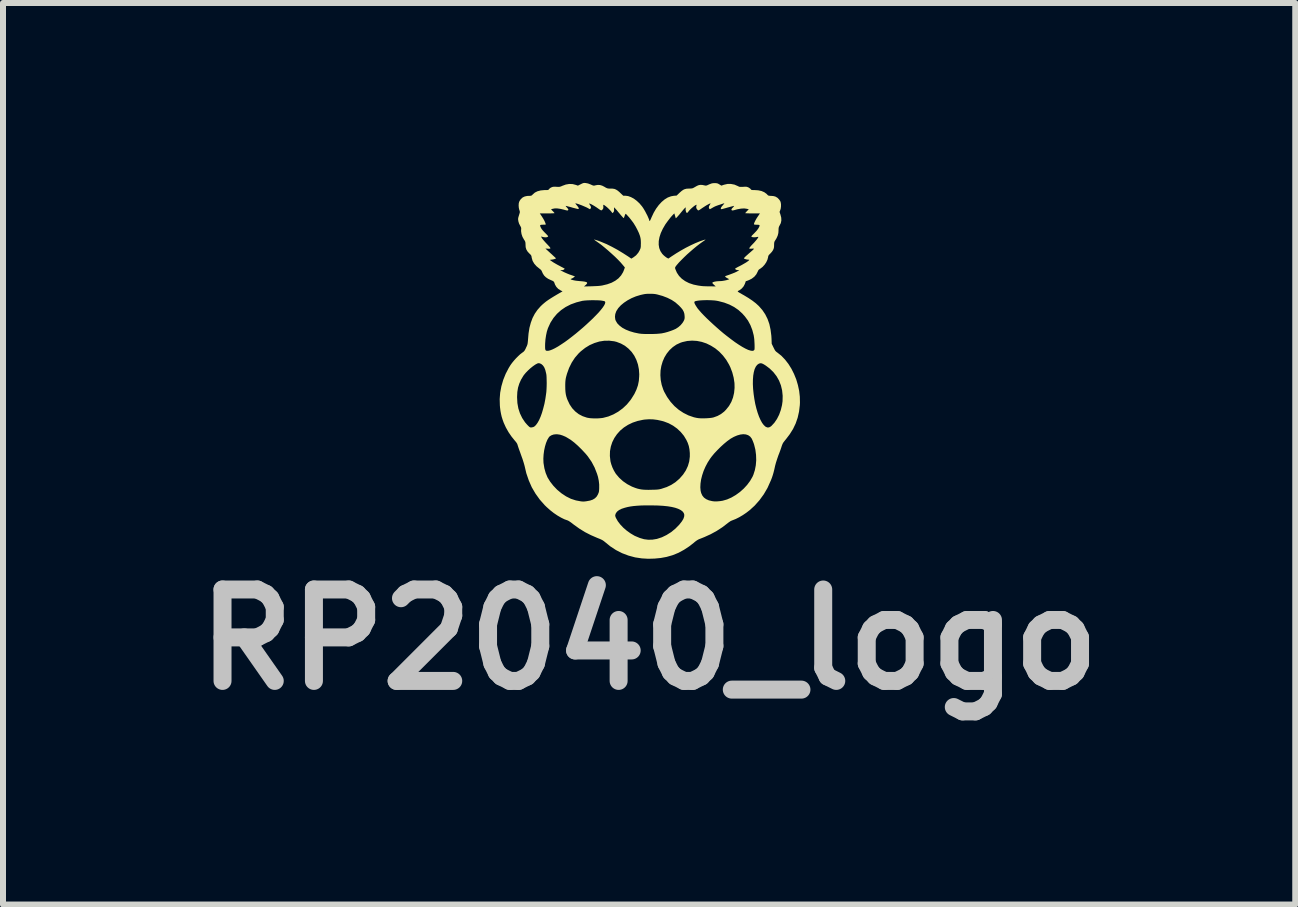
<source format=kicad_pcb>
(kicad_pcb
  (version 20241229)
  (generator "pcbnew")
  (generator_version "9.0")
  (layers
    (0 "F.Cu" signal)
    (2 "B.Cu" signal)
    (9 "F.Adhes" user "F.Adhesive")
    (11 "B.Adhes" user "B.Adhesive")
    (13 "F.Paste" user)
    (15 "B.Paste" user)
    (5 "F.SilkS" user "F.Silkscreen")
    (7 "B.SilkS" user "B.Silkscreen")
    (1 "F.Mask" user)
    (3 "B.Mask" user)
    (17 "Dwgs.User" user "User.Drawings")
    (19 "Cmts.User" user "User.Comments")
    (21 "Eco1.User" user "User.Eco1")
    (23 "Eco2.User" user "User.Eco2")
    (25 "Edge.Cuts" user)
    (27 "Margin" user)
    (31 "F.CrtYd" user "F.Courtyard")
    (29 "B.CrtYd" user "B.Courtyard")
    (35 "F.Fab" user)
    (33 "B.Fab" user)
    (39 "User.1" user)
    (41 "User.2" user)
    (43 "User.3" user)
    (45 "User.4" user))
  (footprint "RP2040_logo"
    (layer "F.Cu")
    (at 7.782 3.243)
    (property "Reference" "RP2040_logo" (at -0.01 4.37 0) (layer "Dwgs.User") (effects (font (size 1.524 1.524) (thickness 0.3))))
    (attr board_only exclude_from_pos_files exclude_from_bom)
    (fp_poly (pts (xy -1.074 -3.242) (xy -1.069 -3.242) (xy -1.028 -3.234) (xy -0.984 -3.217) (xy -0.96 -3.206) (xy -0.944 -3.2) (xy -0.932 -3.198) (xy -0.92 -3.199) (xy -0.903 -3.203) (xy -0.902 -3.204) (xy -0.864 -3.21) (xy -0.828 -3.208) (xy -0.791 -3.197) (xy -0.754 -3.178) (xy -0.731 -3.164) (xy -0.713 -3.156) (xy -0.697 -3.151) (xy -0.679 -3.149) (xy -0.655 -3.149) (xy -0.618 -3.148) (xy -0.588 -3.143) (xy -0.561 -3.132) (xy -0.534 -3.115) (xy -0.504 -3.09) (xy -0.493 -3.079) (xy -0.441 -3.03) (xy -0.406 -3.03) (xy -0.36 -3.024) (xy -0.313 -3.007) (xy -0.264 -2.981) (xy -0.216 -2.945) (xy -0.17 -2.902) (xy -0.128 -2.852) (xy -0.109 -2.825) (xy -0.093 -2.799) (xy -0.075 -2.768) (xy -0.057 -2.733) (xy -0.039 -2.699) (xy -0.025 -2.667) (xy -0.014 -2.641) (xy -0.009 -2.626) (xy -0.005 -2.613) (xy -0.000443 -2.607) (xy 0.004 -2.611) (xy 0.011 -2.625) (xy 0.021 -2.646) (xy 0.03 -2.668) (xy 0.066 -2.745) (xy 0.106 -2.813) (xy 0.151 -2.874) (xy 0.199 -2.926) (xy 0.249 -2.968) (xy 0.301 -3) (xy 0.355 -3.02) (xy 0.403 -3.029) (xy 0.449 -3.032) (xy 0.499 -3.08) (xy 0.531 -3.108) (xy 0.559 -3.128) (xy 0.586 -3.14) (xy 0.616 -3.147) (xy 0.653 -3.149) (xy 0.661 -3.149) (xy 0.687 -3.15) (xy 0.706 -3.152) (xy 0.722 -3.157) (xy 0.741 -3.167) (xy 0.753 -3.174) (xy 0.79 -3.195) (xy 0.82 -3.207) (xy 0.849 -3.211) (xy 0.88 -3.209) (xy 0.908 -3.203) (xy 0.924 -3.2) (xy 0.937 -3.198) (xy 0.95 -3.201) (xy 0.966 -3.207) (xy 0.989 -3.218) (xy 1.017 -3.229) (xy 1.038 -3.236) (xy 1.06 -3.239) (xy 1.083 -3.24) (xy 1.108 -3.239) (xy 1.127 -3.236) (xy 1.144 -3.229) (xy 1.161 -3.219) (xy 1.195 -3.198) (xy 1.239 -3.213) (xy 1.296 -3.226) (xy 1.355 -3.226) (xy 1.413 -3.215) (xy 1.469 -3.191) (xy 1.473 -3.189) (xy 1.487 -3.182) (xy 1.5 -3.178) (xy 1.515 -3.177) (xy 1.537 -3.177) (xy 1.559 -3.178) (xy 1.588 -3.18) (xy 1.608 -3.18) (xy 1.623 -3.177) (xy 1.637 -3.172) (xy 1.645 -3.169) (xy 1.664 -3.157) (xy 1.68 -3.145) (xy 1.684 -3.139) (xy 1.69 -3.132) (xy 1.697 -3.127) (xy 1.709 -3.125) (xy 1.729 -3.124) (xy 1.747 -3.124) (xy 1.81 -3.12) (xy 1.865 -3.108) (xy 1.911 -3.088) (xy 1.948 -3.061) (xy 1.954 -3.055) (xy 1.966 -3.042) (xy 1.976 -3.034) (xy 1.988 -3.03) (xy 2.006 -3.028) (xy 2.026 -3.027) (xy 2.064 -3.024) (xy 2.094 -3.016) (xy 2.104 -3.011) (xy 2.132 -2.994) (xy 2.156 -2.969) (xy 2.175 -2.943) (xy 2.183 -2.924) (xy 2.189 -2.89) (xy 2.189 -2.851) (xy 2.184 -2.813) (xy 2.177 -2.791) (xy 2.165 -2.76) (xy 2.18 -2.715) (xy 2.193 -2.664) (xy 2.195 -2.617) (xy 2.186 -2.573) (xy 2.165 -2.532) (xy 2.165 -2.531) (xy 2.157 -2.517) (xy 2.152 -2.502) (xy 2.149 -2.484) (xy 2.148 -2.458) (xy 2.148 -2.453) (xy 2.145 -2.408) (xy 2.134 -2.365) (xy 2.115 -2.322) (xy 2.095 -2.289) (xy 2.084 -2.272) (xy 2.078 -2.257) (xy 2.075 -2.24) (xy 2.074 -2.216) (xy 2.074 -2.206) (xy 2.073 -2.178) (xy 2.07 -2.158) (xy 2.064 -2.14) (xy 2.055 -2.121) (xy 2.039 -2.097) (xy 2.018 -2.073) (xy 2.007 -2.062) (xy 1.99 -2.045) (xy 1.98 -2.031) (xy 1.975 -2.015) (xy 1.974 -2.004) (xy 1.963 -1.963) (xy 1.943 -1.92) (xy 1.915 -1.879) (xy 1.882 -1.843) (xy 1.846 -1.815) (xy 1.837 -1.81) (xy 1.818 -1.796) (xy 1.805 -1.776) (xy 1.803 -1.769) (xy 1.778 -1.72) (xy 1.745 -1.68) (xy 1.702 -1.647) (xy 1.659 -1.625) (xy 1.637 -1.616) (xy 1.618 -1.609) (xy 1.607 -1.606) (xy 1.606 -1.606) (xy 1.6 -1.602) (xy 1.6 -1.6) (xy 1.598 -1.591) (xy 1.592 -1.575) (xy 1.586 -1.558) (xy 1.565 -1.518) (xy 1.535 -1.483) (xy 1.499 -1.456) (xy 1.491 -1.451) (xy 1.48 -1.446) (xy 1.471 -1.441) (xy 1.468 -1.437) (xy 1.469 -1.432) (xy 1.477 -1.425) (xy 1.492 -1.415) (xy 1.516 -1.402) (xy 1.548 -1.383) (xy 1.568 -1.372) (xy 1.646 -1.325) (xy 1.713 -1.28) (xy 1.77 -1.236) (xy 1.818 -1.192) (xy 1.821 -1.189) (xy 1.878 -1.124) (xy 1.926 -1.053) (xy 1.965 -0.975) (xy 1.995 -0.89) (xy 2.015 -0.797) (xy 2.028 -0.696) (xy 2.031 -0.649) (xy 2.034 -0.562) (xy 2.064 -0.5) (xy 2.078 -0.472) (xy 2.089 -0.452) (xy 2.1 -0.438) (xy 2.113 -0.426) (xy 2.131 -0.413) (xy 2.196 -0.361) (xy 2.257 -0.297) (xy 2.313 -0.225) (xy 2.363 -0.145) (xy 2.406 -0.059) (xy 2.443 0.032) (xy 2.471 0.127) (xy 2.492 0.224) (xy 2.503 0.321) (xy 2.505 0.418) (xy 2.503 0.461) (xy 2.49 0.569) (xy 2.467 0.671) (xy 2.434 0.767) (xy 2.39 0.859) (xy 2.334 0.948) (xy 2.267 1.036) (xy 2.266 1.036) (xy 2.244 1.064) (xy 2.228 1.085) (xy 2.217 1.104) (xy 2.209 1.123) (xy 2.202 1.142) (xy 2.195 1.164) (xy 2.185 1.194) (xy 2.172 1.23) (xy 2.158 1.268) (xy 2.147 1.295) (xy 2.125 1.359) (xy 2.105 1.421) (xy 2.09 1.477) (xy 2.088 1.487) (xy 2.076 1.541) (xy 2.064 1.588) (xy 2.052 1.629) (xy 2.038 1.671) (xy 2.021 1.715) (xy 2.015 1.728) (xy 1.964 1.842) (xy 1.902 1.948) (xy 1.83 2.047) (xy 1.75 2.137) (xy 1.669 2.211) (xy 1.612 2.255) (xy 1.553 2.295) (xy 1.492 2.331) (xy 1.434 2.36) (xy 1.381 2.381) (xy 1.38 2.381) (xy 1.35 2.394) (xy 1.316 2.417) (xy 1.302 2.428) (xy 1.209 2.499) (xy 1.115 2.56) (xy 1.016 2.614) (xy 0.91 2.662) (xy 0.85 2.686) (xy 0.821 2.697) (xy 0.797 2.71) (xy 0.774 2.725) (xy 0.747 2.746) (xy 0.74 2.753) (xy 0.658 2.817) (xy 0.571 2.874) (xy 0.481 2.923) (xy 0.391 2.96) (xy 0.373 2.966) (xy 0.282 2.992) (xy 0.184 3.01) (xy 0.081 3.02) (xy -0.024 3.023) (xy -0.127 3.017) (xy -0.129 3.017) (xy -0.243 3) (xy -0.354 2.97) (xy -0.46 2.93) (xy -0.562 2.878) (xy -0.658 2.815) (xy -0.728 2.758) (xy -0.75 2.74) (xy -0.768 2.726) (xy -0.786 2.714) (xy -0.807 2.703) (xy -0.834 2.691) (xy -0.869 2.677) (xy -0.872 2.676) (xy -0.98 2.629) (xy -1.078 2.579) (xy -1.172 2.521) (xy -1.263 2.456) (xy -1.286 2.438) (xy -1.312 2.418) (xy -1.337 2.401) (xy -1.357 2.389) (xy -1.37 2.383) (xy -1.421 2.365) (xy -1.478 2.337) (xy -1.538 2.302) (xy -1.544 2.298) (xy -0.575 2.298) (xy -0.574 2.311) (xy -0.569 2.328) (xy -0.563 2.342) (xy -0.532 2.397) (xy -0.49 2.452) (xy -0.44 2.505) (xy -0.382 2.555) (xy -0.319 2.6) (xy -0.253 2.639) (xy -0.242 2.644) (xy -0.166 2.676) (xy -0.094 2.697) (xy -0.023 2.706) (xy 0.048 2.704) (xy 0.12 2.692) (xy 0.123 2.691) (xy 0.203 2.665) (xy 0.281 2.627) (xy 0.357 2.579) (xy 0.427 2.522) (xy 0.49 2.458) (xy 0.5 2.446) (xy 0.536 2.4) (xy 0.561 2.359) (xy 0.574 2.322) (xy 0.577 2.29) (xy 0.568 2.261) (xy 0.549 2.235) (xy 0.519 2.212) (xy 0.516 2.211) (xy 0.475 2.19) (xy 0.426 2.173) (xy 0.367 2.159) (xy 0.299 2.148) (xy 0.221 2.14) (xy 0.132 2.135) (xy 0.031 2.133) (xy 0.003 2.133) (xy -0.079 2.133) (xy -0.15 2.135) (xy -0.213 2.139) (xy -0.269 2.144) (xy -0.32 2.151) (xy -0.367 2.16) (xy -0.414 2.172) (xy -0.414 2.172) (xy -0.469 2.19) (xy -0.511 2.211) (xy -0.543 2.236) (xy -0.564 2.264) (xy -0.571 2.283) (xy -0.575 2.298) (xy -1.544 2.298) (xy -1.6 2.26) (xy -1.661 2.212) (xy -1.719 2.16) (xy -1.751 2.129) (xy -1.833 2.036) (xy -1.904 1.937) (xy -1.966 1.831) (xy -2.016 1.717) (xy -2.057 1.597) (xy -2.086 1.474) (xy -2.092 1.452) (xy -2.101 1.421) (xy -2.113 1.383) (xy -2.123 1.352) (xy -1.773 1.352) (xy -1.771 1.417) (xy -1.77 1.428) (xy -1.756 1.514) (xy -1.734 1.593) (xy -1.703 1.667) (xy -1.66 1.737) (xy -1.607 1.805) (xy -1.544 1.871) (xy -1.471 1.932) (xy -1.394 1.983) (xy -1.314 2.023) (xy -1.231 2.05) (xy -1.146 2.066) (xy -1.112 2.069) (xy -1.1 2.069) (xy -1.079 2.067) (xy -1.054 2.064) (xy -1.05 2.063) (xy -0.995 2.053) (xy -0.949 2.037) (xy -0.913 2.015) (xy -0.885 1.987) (xy -0.865 1.954) (xy -0.856 1.933) (xy -0.849 1.915) (xy -0.845 1.895) (xy -0.843 1.869) (xy -0.842 1.848) (xy -0.842 1.784) (xy -0.849 1.722) (xy -0.862 1.658) (xy -0.878 1.606) (xy -0.918 1.503) (xy -0.968 1.408) (xy -1.028 1.321) (xy -1.037 1.309) (xy -0.664 1.309) (xy -0.655 1.391) (xy -0.653 1.403) (xy -0.64 1.45) (xy -0.621 1.502) (xy -0.597 1.552) (xy -0.571 1.596) (xy -0.563 1.608) (xy -0.509 1.672) (xy -0.445 1.73) (xy -0.374 1.779) (xy -0.296 1.82) (xy -0.242 1.841) (xy -0.206 1.853) (xy -0.173 1.861) (xy -0.141 1.867) (xy -0.106 1.871) (xy -0.067 1.873) (xy -0.019 1.874) (xy 0.019 1.873) (xy 0.065 1.872) (xy 0.101 1.871) (xy 0.129 1.869) (xy 0.153 1.866) (xy 0.174 1.862) (xy 0.194 1.857) (xy 0.269 1.832) (xy 0.844 1.832) (xy 0.849 1.89) (xy 0.859 1.929) (xy 0.878 1.97) (xy 0.905 2.003) (xy 0.941 2.029) (xy 0.986 2.049) (xy 1.042 2.062) (xy 1.048 2.063) (xy 1.083 2.067) (xy 1.127 2.066) (xy 1.173 2.062) (xy 1.217 2.055) (xy 1.29 2.034) (xy 1.363 2.002) (xy 1.435 1.96) (xy 1.504 1.91) (xy 1.568 1.853) (xy 1.625 1.791) (xy 1.674 1.725) (xy 1.714 1.656) (xy 1.729 1.622) (xy 1.753 1.547) (xy 1.769 1.465) (xy 1.776 1.379) (xy 1.773 1.291) (xy 1.762 1.204) (xy 1.741 1.12) (xy 1.737 1.107) (xy 1.726 1.077) (xy 1.714 1.048) (xy 1.703 1.024) (xy 1.7 1.018) (xy 1.675 0.986) (xy 1.642 0.963) (xy 1.604 0.95) (xy 1.559 0.946) (xy 1.51 0.952) (xy 1.458 0.967) (xy 1.402 0.991) (xy 1.344 1.024) (xy 1.341 1.027) (xy 1.291 1.063) (xy 1.238 1.107) (xy 1.183 1.157) (xy 1.129 1.211) (xy 1.078 1.265) (xy 1.034 1.318) (xy 1.009 1.352) (xy 0.967 1.417) (xy 0.93 1.487) (xy 0.899 1.558) (xy 0.875 1.63) (xy 0.857 1.701) (xy 0.847 1.769) (xy 0.844 1.832) (xy 0.269 1.832) (xy 0.28 1.829) (xy 0.358 1.792) (xy 0.428 1.747) (xy 0.493 1.691) (xy 0.499 1.685) (xy 0.557 1.619) (xy 0.603 1.549) (xy 0.637 1.476) (xy 0.659 1.4) (xy 0.669 1.32) (xy 0.669 1.261) (xy 0.663 1.198) (xy 0.652 1.143) (xy 0.634 1.09) (xy 0.611 1.041) (xy 0.57 0.973) (xy 0.518 0.91) (xy 0.458 0.853) (xy 0.39 0.804) (xy 0.316 0.764) (xy 0.237 0.734) (xy 0.205 0.725) (xy 0.128 0.708) (xy 0.058 0.699) (xy -0.011 0.697) (xy -0.082 0.702) (xy -0.111 0.706) (xy -0.2 0.725) (xy -0.284 0.753) (xy -0.361 0.79) (xy -0.43 0.834) (xy -0.492 0.886) (xy -0.545 0.945) (xy -0.589 1.009) (xy -0.624 1.079) (xy -0.648 1.152) (xy -0.662 1.229) (xy -0.664 1.309) (xy -1.037 1.309) (xy -1.066 1.274) (xy -1.134 1.201) (xy -1.198 1.138) (xy -1.258 1.085) (xy -1.317 1.04) (xy -1.374 1.005) (xy -1.402 0.989) (xy -1.451 0.968) (xy -1.495 0.954) (xy -1.537 0.948) (xy -1.558 0.947) (xy -1.6 0.951) (xy -1.636 0.963) (xy -1.666 0.981) (xy -1.68 0.996) (xy -1.706 1.039) (xy -1.728 1.092) (xy -1.746 1.152) (xy -1.76 1.217) (xy -1.769 1.285) (xy -1.773 1.352) (xy -2.123 1.352) (xy -2.127 1.342) (xy -2.142 1.3) (xy -2.146 1.289) (xy -2.16 1.249) (xy -2.174 1.211) (xy -2.186 1.177) (xy -2.195 1.15) (xy -2.201 1.131) (xy -2.202 1.127) (xy -2.209 1.107) (xy -2.222 1.086) (xy -2.241 1.062) (xy -2.25 1.052) (xy -2.304 0.985) (xy -2.354 0.912) (xy -2.398 0.834) (xy -2.434 0.755) (xy -2.452 0.705) (xy -2.468 0.654) (xy -2.479 0.606) (xy -2.488 0.557) (xy -2.495 0.502) (xy -2.498 0.469) (xy -2.501 0.363) (xy -2.499 0.332) (xy -2.211 0.332) (xy -2.206 0.427) (xy -2.19 0.516) (xy -2.163 0.599) (xy -2.126 0.676) (xy -2.079 0.747) (xy -2.046 0.785) (xy -2.025 0.807) (xy -2.01 0.821) (xy -1.999 0.829) (xy -1.989 0.833) (xy -1.977 0.834) (xy -1.974 0.834) (xy -1.943 0.828) (xy -1.924 0.819) (xy -1.897 0.794) (xy -1.87 0.757) (xy -1.844 0.711) (xy -1.819 0.654) (xy -1.796 0.59) (xy -1.775 0.517) (xy -1.755 0.439) (xy -1.739 0.355) (xy -1.728 0.279) (xy -1.723 0.241) (xy -1.72 0.195) (xy -1.718 0.147) (xy -1.408 0.147) (xy -1.407 0.199) (xy -1.404 0.242) (xy -1.399 0.279) (xy -1.391 0.314) (xy -1.38 0.35) (xy -1.37 0.375) (xy -1.335 0.449) (xy -1.292 0.513) (xy -1.241 0.567) (xy -1.183 0.612) (xy -1.118 0.646) (xy -1.047 0.67) (xy -1.032 0.673) (xy -0.996 0.679) (xy -0.952 0.682) (xy -0.903 0.683) (xy -0.854 0.682) (xy -0.809 0.678) (xy -0.778 0.674) (xy -0.69 0.651) (xy -0.605 0.616) (xy -0.525 0.571) (xy -0.449 0.515) (xy -0.381 0.451) (xy -0.32 0.377) (xy -0.301 0.349) (xy -0.255 0.275) (xy -0.221 0.203) (xy -0.196 0.131) (xy -0.181 0.057) (xy -0.175 -0.022) (xy -0.175 -0.037) (xy 0.178 -0.037) (xy 0.184 0.043) (xy 0.2 0.124) (xy 0.226 0.202) (xy 0.241 0.237) (xy 0.29 0.325) (xy 0.347 0.405) (xy 0.412 0.477) (xy 0.484 0.539) (xy 0.563 0.591) (xy 0.647 0.633) (xy 0.737 0.664) (xy 0.782 0.674) (xy 0.816 0.679) (xy 0.858 0.682) (xy 0.905 0.682) (xy 0.953 0.68) (xy 0.998 0.677) (xy 1.038 0.672) (xy 1.065 0.666) (xy 1.131 0.642) (xy 1.189 0.61) (xy 1.242 0.569) (xy 1.273 0.537) (xy 1.322 0.476) (xy 1.361 0.408) (xy 1.389 0.335) (xy 1.407 0.257) (xy 1.415 0.175) (xy 1.414 0.11) (xy 1.72 0.11) (xy 1.724 0.191) (xy 1.733 0.278) (xy 1.745 0.36) (xy 1.76 0.442) (xy 1.779 0.519) (xy 1.8 0.59) (xy 1.823 0.654) (xy 1.848 0.71) (xy 1.874 0.757) (xy 1.901 0.793) (xy 1.929 0.819) (xy 1.935 0.823) (xy 1.962 0.834) (xy 1.989 0.833) (xy 2.016 0.819) (xy 2.029 0.809) (xy 2.079 0.755) (xy 2.122 0.692) (xy 2.158 0.621) (xy 2.186 0.543) (xy 2.206 0.461) (xy 2.215 0.397) (xy 2.217 0.306) (xy 2.208 0.217) (xy 2.188 0.133) (xy 2.157 0.053) (xy 2.115 -0.021) (xy 2.062 -0.089) (xy 2 -0.149) (xy 1.938 -0.196) (xy 1.905 -0.217) (xy 1.88 -0.23) (xy 1.86 -0.236) (xy 1.841 -0.236) (xy 1.823 -0.231) (xy 1.819 -0.229) (xy 1.792 -0.21) (xy 1.769 -0.18) (xy 1.75 -0.14) (xy 1.736 -0.09) (xy 1.726 -0.031) (xy 1.721 0.036) (xy 1.72 0.11) (xy 1.414 0.11) (xy 1.413 0.09) (xy 1.4 0.004) (xy 1.377 -0.084) (xy 1.344 -0.171) (xy 1.323 -0.214) (xy 1.276 -0.294) (xy 1.221 -0.366) (xy 1.16 -0.43) (xy 1.093 -0.485) (xy 1.021 -0.53) (xy 0.946 -0.567) (xy 0.868 -0.593) (xy 0.788 -0.609) (xy 0.707 -0.614) (xy 0.626 -0.608) (xy 0.546 -0.59) (xy 0.513 -0.579) (xy 0.446 -0.548) (xy 0.385 -0.506) (xy 0.331 -0.456) (xy 0.285 -0.399) (xy 0.246 -0.335) (xy 0.216 -0.266) (xy 0.194 -0.192) (xy 0.181 -0.116) (xy 0.178 -0.037) (xy -0.175 -0.037) (xy -0.174 -0.05) (xy -0.18 -0.136) (xy -0.196 -0.217) (xy -0.222 -0.293) (xy -0.257 -0.363) (xy -0.301 -0.426) (xy -0.354 -0.481) (xy -0.413 -0.528) (xy -0.479 -0.565) (xy -0.552 -0.593) (xy -0.592 -0.603) (xy -0.674 -0.613) (xy -0.757 -0.612) (xy -0.84 -0.599) (xy -0.921 -0.574) (xy -1.001 -0.539) (xy -1.076 -0.493) (xy -1.148 -0.436) (xy -1.184 -0.402) (xy -1.247 -0.329) (xy -1.3 -0.248) (xy -1.344 -0.159) (xy -1.379 -0.062) (xy -1.391 -0.019) (xy -1.398 0.009) (xy -1.402 0.033) (xy -1.405 0.057) (xy -1.407 0.085) (xy -1.408 0.119) (xy -1.408 0.147) (xy -1.718 0.147) (xy -1.718 0.146) (xy -1.717 0.096) (xy -1.718 0.048) (xy -1.719 0.004) (xy -1.721 -0.032) (xy -1.724 -0.056) (xy -1.731 -0.086) (xy -1.739 -0.119) (xy -1.745 -0.137) (xy -1.76 -0.172) (xy -1.781 -0.201) (xy -1.805 -0.222) (xy -1.831 -0.235) (xy -1.856 -0.238) (xy -1.873 -0.233) (xy -1.908 -0.214) (xy -1.948 -0.186) (xy -1.989 -0.153) (xy -2.029 -0.116) (xy -2.066 -0.078) (xy -2.096 -0.042) (xy -2.106 -0.028) (xy -2.145 0.037) (xy -2.174 0.102) (xy -2.195 0.169) (xy -2.207 0.242) (xy -2.211 0.323) (xy -2.211 0.332) (xy -2.499 0.332) (xy -2.493 0.255) (xy -2.473 0.148) (xy -2.442 0.041) (xy -2.401 -0.061) (xy -2.35 -0.159) (xy -2.321 -0.206) (xy -2.295 -0.242) (xy -2.263 -0.281) (xy -2.229 -0.319) (xy -2.193 -0.355) (xy -2.16 -0.386) (xy -2.13 -0.409) (xy -2.128 -0.411) (xy -2.11 -0.423) (xy -2.097 -0.435) (xy -2.086 -0.448) (xy -2.075 -0.467) (xy -2.062 -0.494) (xy -2.062 -0.496) (xy -2.049 -0.522) (xy -2.042 -0.541) (xy -1.744 -0.541) (xy -1.744 -0.505) (xy -1.743 -0.48) (xy -1.74 -0.464) (xy -1.735 -0.453) (xy -1.728 -0.448) (xy -1.717 -0.444) (xy -1.716 -0.444) (xy -1.694 -0.444) (xy -1.663 -0.451) (xy -1.626 -0.465) (xy -1.584 -0.485) (xy -1.577 -0.489) (xy -1.527 -0.517) (xy -1.473 -0.552) (xy -1.416 -0.59) (xy -1.357 -0.633) (xy -1.296 -0.68) (xy -1.234 -0.729) (xy -1.173 -0.78) (xy -1.113 -0.831) (xy -1.054 -0.884) (xy -0.998 -0.936) (xy -0.945 -0.986) (xy -0.92 -1.012) (xy -0.579 -1.012) (xy -0.574 -0.968) (xy -0.566 -0.946) (xy -0.541 -0.903) (xy -0.504 -0.865) (xy -0.457 -0.829) (xy -0.4 -0.798) (xy -0.333 -0.771) (xy -0.259 -0.749) (xy -0.177 -0.732) (xy -0.167 -0.731) (xy -0.133 -0.727) (xy -0.09 -0.725) (xy -0.04 -0.724) (xy 0.013 -0.724) (xy 0.067 -0.725) (xy 0.118 -0.727) (xy 0.164 -0.731) (xy 0.201 -0.735) (xy 0.21 -0.737) (xy 0.253 -0.746) (xy 0.3 -0.759) (xy 0.348 -0.775) (xy 0.391 -0.791) (xy 0.427 -0.807) (xy 0.434 -0.81) (xy 0.477 -0.838) (xy 0.516 -0.872) (xy 0.547 -0.909) (xy 0.565 -0.938) (xy 0.576 -0.961) (xy 0.581 -0.979) (xy 0.583 -0.999) (xy 0.582 -1.024) (xy 0.578 -1.061) (xy 0.568 -1.094) (xy 0.551 -1.127) (xy 0.525 -1.16) (xy 0.49 -1.197) (xy 0.489 -1.198) (xy 0.431 -1.249) (xy 0.426 -1.253) (xy 0.744 -1.253) (xy 0.749 -1.233) (xy 0.763 -1.206) (xy 0.784 -1.173) (xy 0.801 -1.148) (xy 0.828 -1.116) (xy 0.862 -1.077) (xy 0.904 -1.033) (xy 0.952 -0.985) (xy 1.005 -0.935) (xy 1.06 -0.884) (xy 1.118 -0.832) (xy 1.175 -0.782) (xy 1.232 -0.734) (xy 1.28 -0.696) (xy 1.354 -0.639) (xy 1.423 -0.588) (xy 1.487 -0.545) (xy 1.545 -0.509) (xy 1.596 -0.481) (xy 1.641 -0.46) (xy 1.679 -0.448) (xy 1.709 -0.443) (xy 1.731 -0.447) (xy 1.745 -0.46) (xy 1.745 -0.46) (xy 1.748 -0.472) (xy 1.749 -0.495) (xy 1.749 -0.524) (xy 1.748 -0.559) (xy 1.746 -0.596) (xy 1.744 -0.632) (xy 1.74 -0.666) (xy 1.735 -0.695) (xy 1.735 -0.699) (xy 1.711 -0.791) (xy 1.679 -0.873) (xy 1.638 -0.949) (xy 1.586 -1.019) (xy 1.543 -1.067) (xy 1.479 -1.125) (xy 1.408 -1.174) (xy 1.329 -1.215) (xy 1.242 -1.248) (xy 1.146 -1.273) (xy 1.12 -1.278) (xy 1.086 -1.283) (xy 1.045 -1.286) (xy 1.001 -1.288) (xy 0.955 -1.289) (xy 0.909 -1.288) (xy 0.865 -1.286) (xy 0.825 -1.283) (xy 0.791 -1.278) (xy 0.765 -1.273) (xy 0.75 -1.266) (xy 0.747 -1.264) (xy 0.744 -1.253) (xy 0.426 -1.253) (xy 0.367 -1.292) (xy 0.295 -1.328) (xy 0.214 -1.359) (xy 0.16 -1.374) (xy 0.124 -1.384) (xy 0.094 -1.39) (xy 0.066 -1.393) (xy 0.033 -1.395) (xy 0.006 -1.395) (xy -0.029 -1.395) (xy -0.058 -1.393) (xy -0.085 -1.39) (xy -0.114 -1.384) (xy -0.15 -1.376) (xy -0.154 -1.375) (xy -0.23 -1.352) (xy -0.302 -1.322) (xy -0.369 -1.286) (xy -0.429 -1.246) (xy -0.481 -1.203) (xy -0.524 -1.156) (xy -0.555 -1.108) (xy -0.558 -1.102) (xy -0.574 -1.057) (xy -0.579 -1.012) (xy -0.92 -1.012) (xy -0.897 -1.035) (xy -0.853 -1.081) (xy -0.816 -1.124) (xy -0.785 -1.163) (xy -0.762 -1.197) (xy -0.747 -1.225) (xy -0.741 -1.247) (xy -0.741 -1.251) (xy -0.743 -1.261) (xy -0.748 -1.268) (xy -0.759 -1.273) (xy -0.778 -1.277) (xy -0.784 -1.278) (xy -0.814 -1.283) (xy -0.854 -1.286) (xy -0.899 -1.287) (xy -0.949 -1.288) (xy -0.998 -1.287) (xy -1.045 -1.285) (xy -1.085 -1.282) (xy -1.117 -1.278) (xy -1.12 -1.278) (xy -1.222 -1.252) (xy -1.316 -1.218) (xy -1.402 -1.174) (xy -1.478 -1.122) (xy -1.546 -1.061) (xy -1.604 -0.992) (xy -1.654 -0.914) (xy -1.694 -0.827) (xy -1.698 -0.817) (xy -1.715 -0.763) (xy -1.728 -0.701) (xy -1.738 -0.635) (xy -1.743 -0.57) (xy -1.744 -0.541) (xy -2.042 -0.541) (xy -2.041 -0.543) (xy -2.036 -0.562) (xy -2.033 -0.584) (xy -2.03 -0.612) (xy -2.029 -0.627) (xy -2.02 -0.732) (xy -2.005 -0.827) (xy -1.982 -0.913) (xy -1.953 -0.991) (xy -1.916 -1.062) (xy -1.871 -1.127) (xy -1.819 -1.186) (xy -1.791 -1.213) (xy -1.761 -1.239) (xy -1.729 -1.265) (xy -1.691 -1.292) (xy -1.648 -1.32) (xy -1.598 -1.351) (xy -1.539 -1.386) (xy -1.487 -1.416) (xy -1.453 -1.435) (xy -1.484 -1.451) (xy -1.525 -1.477) (xy -1.555 -1.508) (xy -1.578 -1.547) (xy -1.586 -1.569) (xy -1.592 -1.586) (xy -1.599 -1.596) (xy -1.608 -1.605) (xy -1.624 -1.613) (xy -1.645 -1.622) (xy -1.694 -1.645) (xy -1.732 -1.671) (xy -1.761 -1.7) (xy -1.783 -1.735) (xy -1.794 -1.76) (xy -1.804 -1.782) (xy -1.819 -1.799) (xy -1.838 -1.814) (xy -1.887 -1.854) (xy -1.925 -1.897) (xy -1.952 -1.943) (xy -1.966 -1.991) (xy -1.968 -2.001) (xy -1.971 -2.02) (xy -1.976 -2.034) (xy -1.986 -2.047) (xy -2.003 -2.064) (xy -2.005 -2.065) (xy -2.036 -2.099) (xy -2.057 -2.134) (xy -2.068 -2.172) (xy -2.07 -2.211) (xy -2.071 -2.237) (xy -2.073 -2.255) (xy -2.078 -2.27) (xy -2.087 -2.286) (xy -2.096 -2.299) (xy -2.121 -2.344) (xy -2.137 -2.391) (xy -2.144 -2.437) (xy -2.144 -2.46) (xy -2.142 -2.482) (xy -2.144 -2.498) (xy -2.151 -2.514) (xy -2.161 -2.532) (xy -2.178 -2.565) (xy -2.189 -2.601) (xy -2.194 -2.634) (xy -2.193 -2.655) (xy -2.189 -2.672) (xy -2.182 -2.695) (xy -2.175 -2.718) (xy -2.17 -2.735) (xy -1.832 -2.735) (xy -1.8 -2.687) (xy -1.774 -2.646) (xy -1.753 -2.607) (xy -1.738 -2.571) (xy -1.735 -2.561) (xy -1.733 -2.554) (xy -1.736 -2.549) (xy -1.745 -2.547) (xy -1.763 -2.547) (xy -1.773 -2.547) (xy -1.802 -2.546) (xy -1.819 -2.543) (xy -1.827 -2.537) (xy -1.826 -2.525) (xy -1.819 -2.506) (xy -1.815 -2.499) (xy -1.802 -2.475) (xy -1.782 -2.45) (xy -1.754 -2.42) (xy -1.742 -2.408) (xy -1.719 -2.385) (xy -1.704 -2.369) (xy -1.696 -2.359) (xy -1.693 -2.352) (xy -1.696 -2.347) (xy -1.696 -2.347) (xy -1.715 -2.338) (xy -1.742 -2.336) (xy -1.773 -2.34) (xy -1.78 -2.342) (xy -1.812 -2.35) (xy -1.799 -2.325) (xy -1.79 -2.312) (xy -1.774 -2.292) (xy -1.753 -2.268) (xy -1.729 -2.241) (xy -1.717 -2.229) (xy -1.689 -2.199) (xy -1.669 -2.177) (xy -1.658 -2.162) (xy -1.656 -2.152) (xy -1.661 -2.147) (xy -1.675 -2.146) (xy -1.697 -2.146) (xy -1.7 -2.147) (xy -1.739 -2.149) (xy -1.711 -2.124) (xy -1.696 -2.11) (xy -1.674 -2.09) (xy -1.648 -2.066) (xy -1.622 -2.043) (xy -1.622 -2.042) (xy -1.561 -1.986) (xy -1.577 -1.978) (xy -1.593 -1.972) (xy -1.615 -1.967) (xy -1.63 -1.965) (xy -1.666 -1.96) (xy -1.625 -1.931) (xy -1.604 -1.917) (xy -1.575 -1.9) (xy -1.542 -1.881) (xy -1.508 -1.863) (xy -1.502 -1.86) (xy -1.473 -1.844) (xy -1.448 -1.831) (xy -1.43 -1.821) (xy -1.419 -1.815) (xy -1.418 -1.814) (xy -1.42 -1.809) (xy -1.429 -1.8) (xy -1.43 -1.799) (xy -1.446 -1.791) (xy -1.465 -1.789) (xy -1.471 -1.79) (xy -1.483 -1.791) (xy -1.488 -1.791) (xy -1.486 -1.787) (xy -1.475 -1.78) (xy -1.454 -1.769) (xy -1.429 -1.756) (xy -1.402 -1.744) (xy -1.368 -1.729) (xy -1.333 -1.715) (xy -1.314 -1.709) (xy -1.246 -1.685) (xy -1.267 -1.668) (xy -1.285 -1.656) (xy -1.303 -1.647) (xy -1.307 -1.646) (xy -1.318 -1.642) (xy -1.317 -1.637) (xy -1.307 -1.631) (xy -1.288 -1.625) (xy -1.262 -1.619) (xy -1.23 -1.613) (xy -1.193 -1.609) (xy -1.163 -1.606) (xy -1.117 -1.602) (xy -1.082 -1.597) (xy -1.059 -1.591) (xy -1.046 -1.584) (xy -1.042 -1.574) (xy -1.048 -1.562) (xy -1.061 -1.547) (xy -1.068 -1.541) (xy -1.095 -1.517) (xy -0.969 -1.52) (xy -0.922 -1.522) (xy -0.877 -1.524) (xy -0.837 -1.527) (xy -0.806 -1.531) (xy -0.793 -1.533) (xy -0.709 -1.553) (xy -0.636 -1.579) (xy -0.573 -1.613) (xy -0.52 -1.653) (xy -0.477 -1.701) (xy -0.444 -1.755) (xy -0.427 -1.797) (xy -0.414 -1.834) (xy -0.449 -1.876) (xy -0.485 -1.918) (xy -0.53 -1.965) (xy -0.581 -2.015) (xy -0.637 -2.066) (xy -0.694 -2.117) (xy -0.752 -2.166) (xy -0.807 -2.211) (xy -0.859 -2.249) (xy -0.874 -2.259) (xy -0.896 -2.275) (xy -0.914 -2.288) (xy -0.925 -2.296) (xy -0.928 -2.299) (xy -0.923 -2.299) (xy -0.908 -2.295) (xy -0.885 -2.288) (xy -0.857 -2.279) (xy -0.825 -2.267) (xy -0.8 -2.257) (xy -0.717 -2.222) (xy -0.629 -2.178) (xy -0.537 -2.128) (xy -0.443 -2.071) (xy -0.362 -2.019) (xy -0.306 -1.981) (xy -0.272 -2.002) (xy -0.227 -2.036) (xy -0.19 -2.08) (xy -0.167 -2.12) (xy -0.159 -2.139) (xy -0.153 -2.154) (xy -0.15 -2.17) (xy -0.148 -2.189) (xy -0.148 -2.213) (xy 0.15 -2.213) (xy 0.159 -2.157) (xy 0.179 -2.106) (xy 0.209 -2.061) (xy 0.232 -2.037) (xy 0.253 -2.019) (xy 0.273 -2.004) (xy 0.289 -1.993) (xy 0.29 -1.993) (xy 0.311 -1.982) (xy 0.361 -2.016) (xy 0.439 -2.067) (xy 0.52 -2.116) (xy 0.602 -2.162) (xy 0.683 -2.203) (xy 0.761 -2.239) (xy 0.834 -2.269) (xy 0.899 -2.291) (xy 0.903 -2.292) (xy 0.919 -2.297) (xy 0.928 -2.299) (xy 0.929 -2.297) (xy 0.923 -2.291) (xy 0.908 -2.28) (xy 0.884 -2.263) (xy 0.872 -2.255) (xy 0.828 -2.223) (xy 0.779 -2.185) (xy 0.727 -2.142) (xy 0.674 -2.096) (xy 0.622 -2.05) (xy 0.573 -2.003) (xy 0.528 -1.958) (xy 0.488 -1.917) (xy 0.457 -1.881) (xy 0.446 -1.868) (xy 0.432 -1.849) (xy 0.425 -1.836) (xy 0.423 -1.826) (xy 0.425 -1.815) (xy 0.427 -1.808) (xy 0.453 -1.747) (xy 0.489 -1.693) (xy 0.535 -1.646) (xy 0.591 -1.606) (xy 0.656 -1.573) (xy 0.731 -1.548) (xy 0.813 -1.531) (xy 0.816 -1.531) (xy 0.844 -1.527) (xy 0.867 -1.524) (xy 0.889 -1.522) (xy 0.912 -1.521) (xy 0.939 -1.52) (xy 0.974 -1.519) (xy 1.004 -1.519) (xy 1.101 -1.518) (xy 1.07 -1.546) (xy 1.054 -1.562) (xy 1.046 -1.572) (xy 1.044 -1.578) (xy 1.049 -1.584) (xy 1.049 -1.584) (xy 1.061 -1.591) (xy 1.083 -1.597) (xy 1.111 -1.602) (xy 1.144 -1.605) (xy 1.173 -1.606) (xy 1.204 -1.608) (xy 1.241 -1.614) (xy 1.276 -1.621) (xy 1.306 -1.63) (xy 1.308 -1.631) (xy 1.327 -1.638) (xy 1.302 -1.651) (xy 1.28 -1.663) (xy 1.265 -1.674) (xy 1.258 -1.684) (xy 1.26 -1.69) (xy 1.261 -1.69) (xy 1.322 -1.711) (xy 1.375 -1.731) (xy 1.42 -1.749) (xy 1.456 -1.766) (xy 1.48 -1.781) (xy 1.484 -1.784) (xy 1.491 -1.79) (xy 1.489 -1.792) (xy 1.477 -1.79) (xy 1.476 -1.79) (xy 1.458 -1.79) (xy 1.441 -1.796) (xy 1.428 -1.804) (xy 1.424 -1.813) (xy 1.429 -1.818) (xy 1.444 -1.827) (xy 1.465 -1.839) (xy 1.492 -1.853) (xy 1.495 -1.854) (xy 1.535 -1.875) (xy 1.573 -1.897) (xy 1.606 -1.916) (xy 1.632 -1.934) (xy 1.65 -1.948) (xy 1.655 -1.953) (xy 1.66 -1.96) (xy 1.656 -1.963) (xy 1.643 -1.964) (xy 1.622 -1.966) (xy 1.601 -1.971) (xy 1.583 -1.977) (xy 1.572 -1.984) (xy 1.57 -1.986) (xy 1.574 -1.992) (xy 1.586 -2.005) (xy 1.604 -2.023) (xy 1.628 -2.044) (xy 1.649 -2.063) (xy 1.683 -2.092) (xy 1.708 -2.114) (xy 1.725 -2.129) (xy 1.734 -2.14) (xy 1.737 -2.146) (xy 1.733 -2.148) (xy 1.724 -2.149) (xy 1.711 -2.148) (xy 1.704 -2.147) (xy 1.678 -2.146) (xy 1.663 -2.148) (xy 1.659 -2.151) (xy 1.662 -2.159) (xy 1.673 -2.174) (xy 1.692 -2.197) (xy 1.714 -2.22) (xy 1.741 -2.248) (xy 1.765 -2.276) (xy 1.786 -2.301) (xy 1.801 -2.321) (xy 1.81 -2.336) (xy 1.811 -2.343) (xy 1.811 -2.344) (xy 1.804 -2.344) (xy 1.789 -2.342) (xy 1.775 -2.339) (xy 1.753 -2.337) (xy 1.731 -2.337) (xy 1.711 -2.34) (xy 1.698 -2.346) (xy 1.694 -2.351) (xy 1.698 -2.357) (xy 1.709 -2.37) (xy 1.727 -2.388) (xy 1.747 -2.408) (xy 1.782 -2.445) (xy 1.807 -2.478) (xy 1.819 -2.498) (xy 1.829 -2.519) (xy 1.833 -2.533) (xy 1.828 -2.541) (xy 1.815 -2.545) (xy 1.791 -2.546) (xy 1.777 -2.546) (xy 1.753 -2.548) (xy 1.74 -2.551) (xy 1.738 -2.555) (xy 1.741 -2.571) (xy 1.751 -2.594) (xy 1.765 -2.622) (xy 1.782 -2.652) (xy 1.801 -2.681) (xy 1.803 -2.684) (xy 1.838 -2.735) (xy 1.716 -2.735) (xy 1.678 -2.735) (xy 1.645 -2.736) (xy 1.619 -2.737) (xy 1.601 -2.738) (xy 1.593 -2.739) (xy 1.593 -2.74) (xy 1.597 -2.746) (xy 1.608 -2.758) (xy 1.622 -2.774) (xy 1.652 -2.803) (xy 1.624 -2.811) (xy 1.577 -2.818) (xy 1.523 -2.815) (xy 1.462 -2.804) (xy 1.443 -2.799) (xy 1.411 -2.79) (xy 1.389 -2.785) (xy 1.376 -2.784) (xy 1.37 -2.786) (xy 1.363 -2.795) (xy 1.364 -2.805) (xy 1.373 -2.819) (xy 1.388 -2.834) (xy 1.4 -2.848) (xy 1.407 -2.858) (xy 1.406 -2.861) (xy 1.398 -2.859) (xy 1.379 -2.854) (xy 1.354 -2.848) (xy 1.323 -2.839) (xy 1.306 -2.835) (xy 1.265 -2.823) (xy 1.235 -2.815) (xy 1.213 -2.809) (xy 1.199 -2.806) (xy 1.191 -2.806) (xy 1.187 -2.808) (xy 1.186 -2.811) (xy 1.186 -2.817) (xy 1.186 -2.819) (xy 1.191 -2.834) (xy 1.206 -2.856) (xy 1.218 -2.869) (xy 1.232 -2.886) (xy 1.242 -2.898) (xy 1.244 -2.904) (xy 1.244 -2.904) (xy 1.235 -2.902) (xy 1.218 -2.897) (xy 1.194 -2.889) (xy 1.168 -2.88) (xy 1.14 -2.871) (xy 1.115 -2.862) (xy 1.095 -2.854) (xy 1.088 -2.851) (xy 1.068 -2.841) (xy 1.045 -2.828) (xy 1.033 -2.821) (xy 1.015 -2.811) (xy 1.005 -2.806) (xy 0.999 -2.807) (xy 0.993 -2.814) (xy 0.986 -2.832) (xy 0.989 -2.854) (xy 1.001 -2.876) (xy 1.01 -2.891) (xy 1.014 -2.9) (xy 1.014 -2.902) (xy 1.007 -2.901) (xy 0.991 -2.894) (xy 0.97 -2.883) (xy 0.943 -2.868) (xy 0.915 -2.85) (xy 0.886 -2.831) (xy 0.874 -2.823) (xy 0.848 -2.805) (xy 0.83 -2.793) (xy 0.818 -2.787) (xy 0.811 -2.785) (xy 0.805 -2.787) (xy 0.801 -2.79) (xy 0.782 -2.813) (xy 0.775 -2.837) (xy 0.777 -2.856) (xy 0.781 -2.87) (xy 0.781 -2.878) (xy 0.781 -2.878) (xy 0.774 -2.878) (xy 0.759 -2.87) (xy 0.74 -2.857) (xy 0.718 -2.839) (xy 0.696 -2.82) (xy 0.675 -2.8) (xy 0.658 -2.782) (xy 0.653 -2.775) (xy 0.639 -2.758) (xy 0.628 -2.746) (xy 0.622 -2.741) (xy 0.622 -2.741) (xy 0.614 -2.747) (xy 0.606 -2.761) (xy 0.601 -2.78) (xy 0.598 -2.8) (xy 0.599 -2.811) (xy 0.601 -2.826) (xy 0.6 -2.835) (xy 0.6 -2.835) (xy 0.593 -2.831) (xy 0.58 -2.818) (xy 0.562 -2.798) (xy 0.541 -2.773) (xy 0.517 -2.744) (xy 0.51 -2.735) (xy 0.491 -2.712) (xy 0.472 -2.691) (xy 0.458 -2.675) (xy 0.453 -2.67) (xy 0.435 -2.653) (xy 0.423 -2.694) (xy 0.411 -2.735) (xy 0.396 -2.721) (xy 0.377 -2.701) (xy 0.352 -2.673) (xy 0.326 -2.64) (xy 0.3 -2.606) (xy 0.276 -2.573) (xy 0.261 -2.552) (xy 0.218 -2.478) (xy 0.185 -2.407) (xy 0.163 -2.339) (xy 0.151 -2.274) (xy 0.15 -2.213) (xy -0.148 -2.213) (xy -0.148 -2.216) (xy -0.147 -2.236) (xy -0.148 -2.274) (xy -0.15 -2.302) (xy -0.154 -2.327) (xy -0.16 -2.351) (xy -0.162 -2.359) (xy -0.18 -2.408) (xy -0.205 -2.461) (xy -0.234 -2.516) (xy -0.266 -2.568) (xy -0.266 -2.569) (xy -0.282 -2.591) (xy -0.301 -2.616) (xy -0.322 -2.643) (xy -0.343 -2.669) (xy -0.364 -2.692) (xy -0.381 -2.711) (xy -0.394 -2.724) (xy -0.401 -2.729) (xy -0.406 -2.723) (xy -0.412 -2.709) (xy -0.418 -2.694) (xy -0.424 -2.675) (xy -0.43 -2.661) (xy -0.433 -2.657) (xy -0.438 -2.66) (xy -0.45 -2.672) (xy -0.467 -2.691) (xy -0.487 -2.714) (xy -0.501 -2.731) (xy -0.524 -2.758) (xy -0.545 -2.784) (xy -0.563 -2.804) (xy -0.576 -2.818) (xy -0.58 -2.822) (xy -0.595 -2.837) (xy -0.594 -2.802) (xy -0.594 -2.78) (xy -0.598 -2.765) (xy -0.605 -2.754) (xy -0.607 -2.753) (xy -0.621 -2.739) (xy -0.632 -2.754) (xy -0.647 -2.774) (xy -0.668 -2.796) (xy -0.691 -2.819) (xy -0.715 -2.841) (xy -0.738 -2.859) (xy -0.757 -2.873) (xy -0.771 -2.879) (xy -0.773 -2.879) (xy -0.774 -2.874) (xy -0.774 -2.86) (xy -0.773 -2.85) (xy -0.773 -2.828) (xy -0.777 -2.813) (xy -0.784 -2.803) (xy -0.796 -2.791) (xy -0.806 -2.785) (xy -0.807 -2.785) (xy -0.817 -2.789) (xy -0.833 -2.798) (xy -0.853 -2.812) (xy -0.859 -2.816) (xy -0.886 -2.835) (xy -0.914 -2.853) (xy -0.942 -2.87) (xy -0.967 -2.884) (xy -0.988 -2.894) (xy -1.003 -2.9) (xy -1.01 -2.9) (xy -1.01 -2.9) (xy -1.007 -2.892) (xy -0.999 -2.878) (xy -0.994 -2.872) (xy -0.982 -2.849) (xy -0.979 -2.831) (xy -0.987 -2.814) (xy -0.987 -2.814) (xy -0.993 -2.807) (xy -0.999 -2.806) (xy -1.009 -2.811) (xy -1.026 -2.821) (xy -1.046 -2.832) (xy -1.073 -2.844) (xy -1.103 -2.857) (xy -1.134 -2.87) (xy -1.166 -2.882) (xy -1.194 -2.892) (xy -1.217 -2.899) (xy -1.234 -2.903) (xy -1.24 -2.902) (xy -1.237 -2.897) (xy -1.228 -2.885) (xy -1.214 -2.868) (xy -1.21 -2.864) (xy -1.192 -2.84) (xy -1.183 -2.823) (xy -1.183 -2.812) (xy -1.193 -2.808) (xy -1.195 -2.808) (xy -1.205 -2.81) (xy -1.225 -2.815) (xy -1.252 -2.822) (xy -1.284 -2.83) (xy -1.3 -2.835) (xy -1.332 -2.844) (xy -1.361 -2.851) (xy -1.383 -2.857) (xy -1.397 -2.86) (xy -1.4 -2.861) (xy -1.4 -2.857) (xy -1.393 -2.846) (xy -1.381 -2.834) (xy -1.365 -2.815) (xy -1.357 -2.803) (xy -1.357 -2.794) (xy -1.363 -2.786) (xy -1.371 -2.784) (xy -1.385 -2.785) (xy -1.409 -2.791) (xy -1.437 -2.799) (xy -1.49 -2.811) (xy -1.54 -2.818) (xy -1.584 -2.818) (xy -1.62 -2.811) (xy -1.621 -2.811) (xy -1.645 -2.803) (xy -1.616 -2.773) (xy -1.601 -2.758) (xy -1.591 -2.746) (xy -1.587 -2.74) (xy -1.593 -2.738) (xy -1.61 -2.737) (xy -1.635 -2.736) (xy -1.667 -2.735) (xy -1.704 -2.735) (xy -1.71 -2.735) (xy -1.832 -2.735) (xy -2.17 -2.735) (xy -2.168 -2.74) (xy -2.165 -2.756) (xy -2.166 -2.768) (xy -2.17 -2.783) (xy -2.174 -2.793) (xy -2.182 -2.828) (xy -2.185 -2.866) (xy -2.183 -2.903) (xy -2.177 -2.926) (xy -2.168 -2.945) (xy -2.154 -2.966) (xy -2.146 -2.975) (xy -2.118 -3.001) (xy -2.084 -3.017) (xy -2.044 -3.026) (xy -2.019 -3.027) (xy -1.994 -3.028) (xy -1.978 -3.03) (xy -1.967 -3.035) (xy -1.958 -3.043) (xy -1.95 -3.051) (xy -1.915 -3.082) (xy -1.871 -3.104) (xy -1.817 -3.118) (xy -1.754 -3.124) (xy -1.743 -3.124) (xy -1.717 -3.124) (xy -1.7 -3.125) (xy -1.69 -3.128) (xy -1.683 -3.134) (xy -1.678 -3.14) (xy -1.666 -3.153) (xy -1.648 -3.165) (xy -1.639 -3.169) (xy -1.622 -3.176) (xy -1.606 -3.179) (xy -1.586 -3.18) (xy -1.557 -3.179) (xy -1.554 -3.179) (xy -1.527 -3.177) (xy -1.507 -3.178) (xy -1.491 -3.181) (xy -1.474 -3.187) (xy -1.459 -3.194) (xy -1.399 -3.216) (xy -1.342 -3.226) (xy -1.285 -3.224) (xy -1.231 -3.21) (xy -1.197 -3.198) (xy -1.151 -3.221) (xy -1.127 -3.233) (xy -1.109 -3.24) (xy -1.093 -3.243)) (stroke (width 0) (type solid)) (fill yes) (layer "F.SilkS")))
  (gr_rect
    (start -3 -3)
    (end 18.545 12.031)
    (stroke (width 0.1) (type default))
    (fill no)
    (layer "Edge.Cuts")))
</source>
